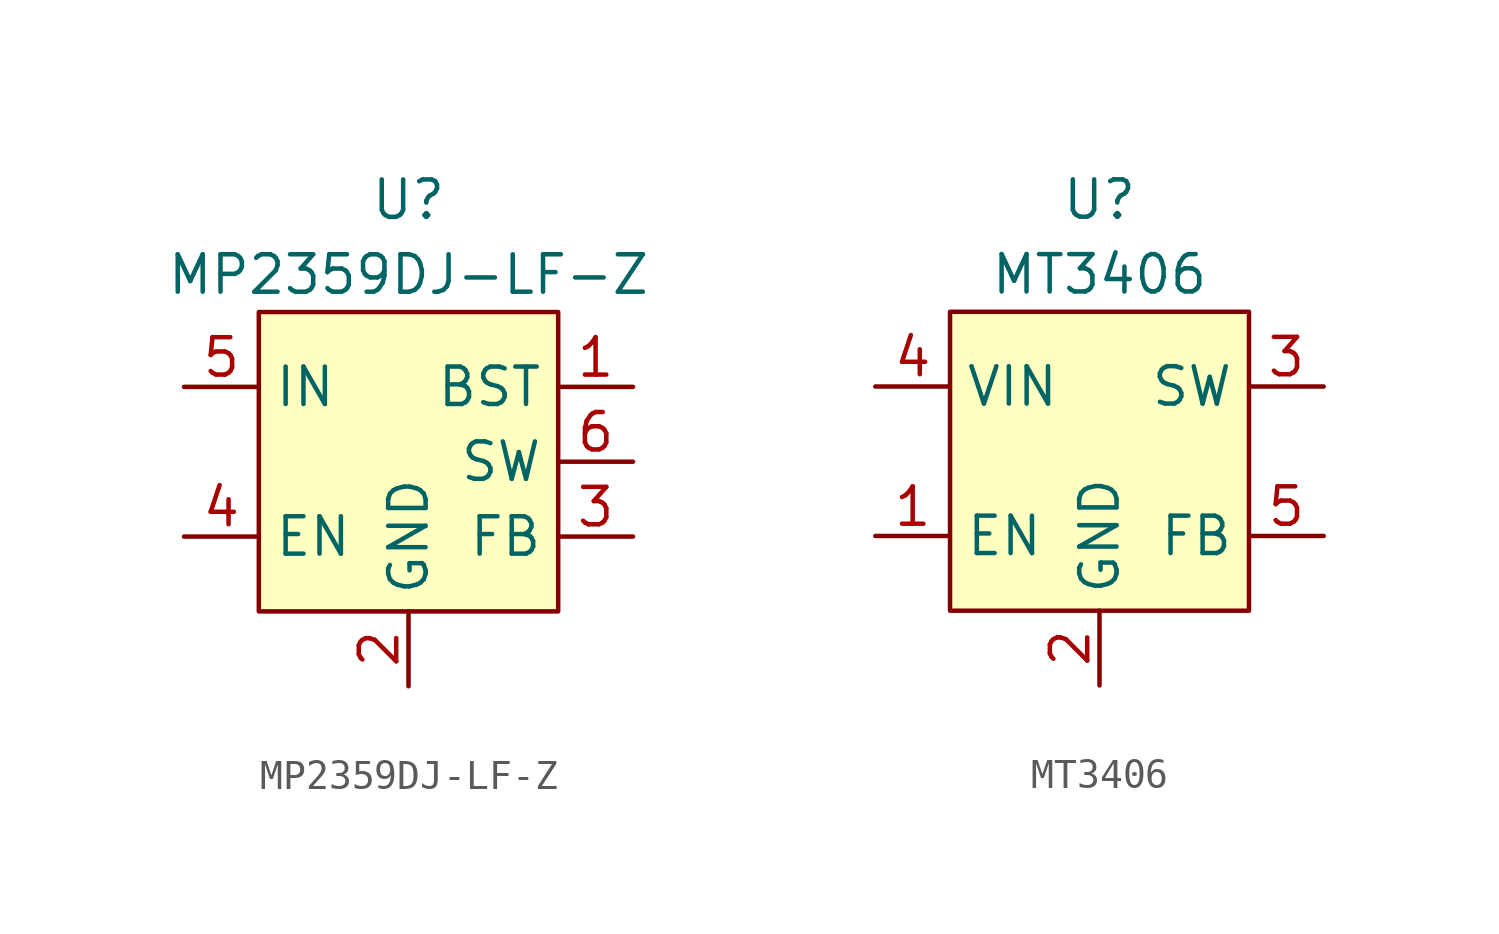
<source format=kicad_sym>
(kicad_symbol_lib
  (version 20231120)
  (generator "kicad_symbol_editor")
  (generator_version "8.0")
  (symbol "MP2359DJ-LF-Z"
    (property "Reference" "U"
      (at 0 8.89 0)
      (effects (font (size 1.27 1.27))))
    (property "Value" "MP2359DJ-LF-Z"
      (at 0 6.35 0)
      (effects (font (size 1.27 1.27))))
    (symbol "MP2359DJ-LF-Z_0_1"
      (rectangle (start -5.08 5.08) (end 5.08 -5.08) (stroke (width 0.152) (type default)) (fill (type background))))
    (symbol "MP2359DJ-LF-Z_1_1"
      (pin input line (at 7.62 2.54 180) (length 2.54) (name "BST" (effects (font (size 1.27 1.27)))) (number "1" (effects (font (size 1.27 1.27)))))
      (pin power_in line (at 0 -7.62 90) (length 2.54) (name "GND" (effects (font (size 1.27 1.27)))) (number "2" (effects (font (size 1.27 1.27)))))
      (pin input line (at 7.62 -2.54 180) (length 2.54) (name "FB" (effects (font (size 1.27 1.27)))) (number "3" (effects (font (size 1.27 1.27)))))
      (pin input line (at -7.62 -2.54 0) (length 2.54) (name "EN" (effects (font (size 1.27 1.27)))) (number "4" (effects (font (size 1.27 1.27)))))
      (pin power_in line (at -7.62 2.54 0) (length 2.54) (name "IN" (effects (font (size 1.27 1.27)))) (number "5" (effects (font (size 1.27 1.27)))))
      (pin power_out line (at 7.62 0 180) (length 2.54) (name "SW" (effects (font (size 1.27 1.27)))) (number "6" (effects (font (size 1.27 1.27)))))))
  (symbol "MT3406"
    (property "Reference" "U"
      (at 0 8.89 0)
      (effects (font (size 1.27 1.27))))
    (property "Value" "MT3406"
      (at 0 6.35 0)
      (effects (font (size 1.27 1.27))))
    (symbol "MT3406_0_1"
      (rectangle (start -5.08 5.08) (end 5.08 -5.08) (stroke (width 0.152) (type default)) (fill (type background))))
    (symbol "MT3406_1_1"
      (pin input line (at -7.62 -2.54 0) (length 2.54) (name "EN" (effects (font (size 1.27 1.27)))) (number "1" (effects (font (size 1.27 1.27)))))
      (pin power_in line (at 0 -7.62 90) (length 2.54) (name "GND" (effects (font (size 1.27 1.27)))) (number "2" (effects (font (size 1.27 1.27)))))
      (pin input line (at 7.62 2.54 180) (length 2.54) (name "SW" (effects (font (size 1.27 1.27)))) (number "3" (effects (font (size 1.27 1.27)))))
      (pin power_in line (at -7.62 2.54 0) (length 2.54) (name "VIN" (effects (font (size 1.27 1.27)))) (number "4" (effects (font (size 1.27 1.27)))))
      (pin input line (at 7.62 -2.54 180) (length 2.54) (name "FB" (effects (font (size 1.27 1.27)))) (number "5" (effects (font (size 1.27 1.27))))))))
</source>
